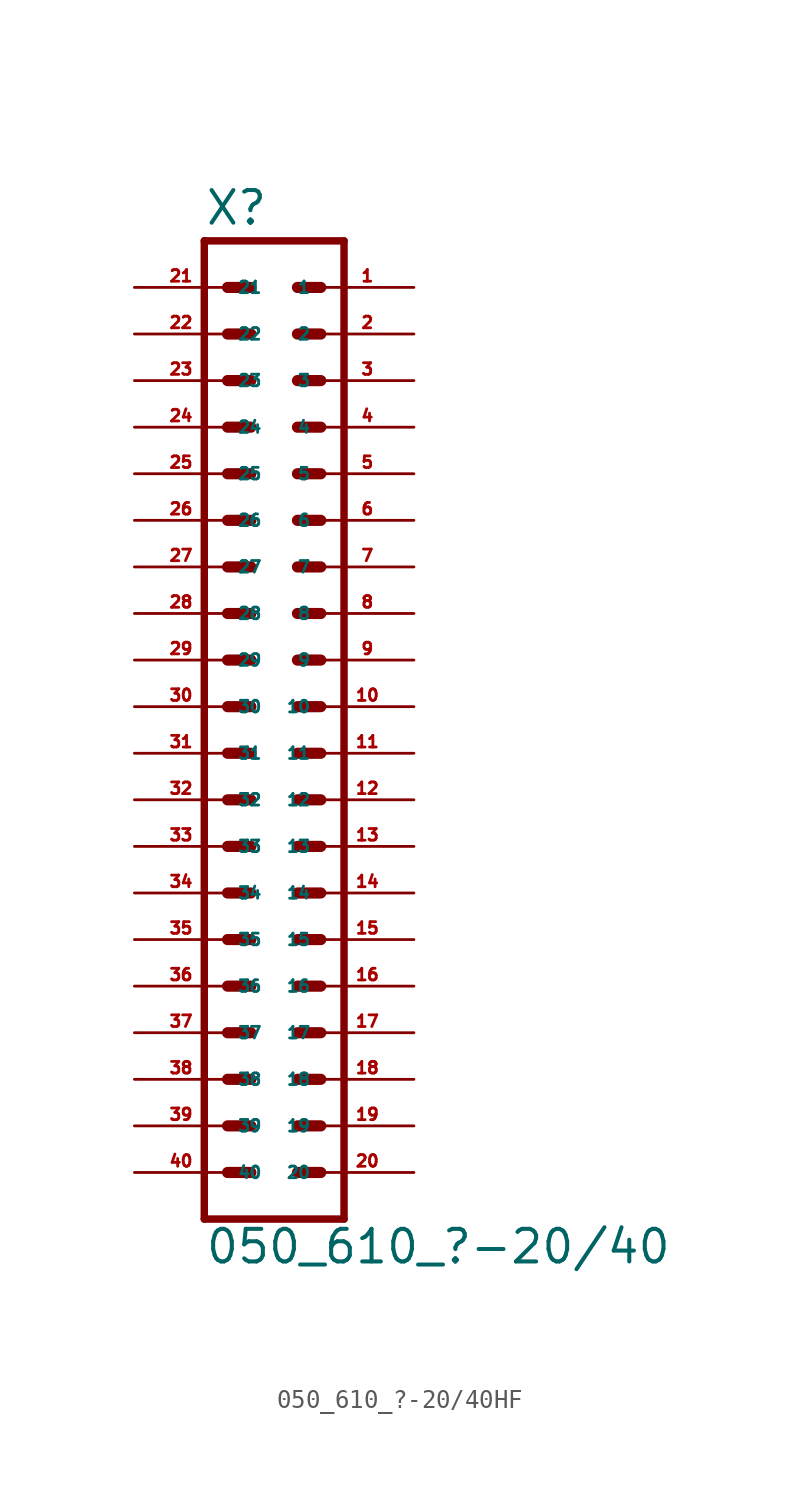
<source format=kicad_sym>
(kicad_symbol_lib
  (version 20220914)
  (generator Eagle2Kicad)
  (symbol "050_610_?-20/40HF"
    (property "Reference" "X"
      (at -3.81 26.162 0)
      (effects (font (size 1.778 1.778) (thickness 0.22)) (justify left bottom)))
    (property "Value" "050_610_?-20/40"
      (at -3.81 -30.48 0)
      (effects (font (size 1.778 1.778) (thickness 0.22)) (justify left bottom)))
    (polyline
      (pts (xy 3.81 -27.94) (xy -3.81 -27.94))
      (stroke (width 0.406) (type default))
      (fill (type none)))
    (polyline
      (pts (xy -3.81 25.4) (xy -3.81 -27.94))
      (stroke (width 0.406) (type default))
      (fill (type none)))
    (polyline
      (pts (xy 3.81 -27.94) (xy 3.81 25.4))
      (stroke (width 0.406) (type default))
      (fill (type none)))
    (polyline
      (pts (xy -3.81 25.4) (xy 3.81 25.4))
      (stroke (width 0.406) (type default))
      (fill (type none)))
    (polyline
      (pts (xy 1.27 22.86) (xy 2.54 22.86))
      (stroke (width 0.61) (type default))
      (fill (type none)))
    (polyline
      (pts (xy 1.27 20.32) (xy 2.54 20.32))
      (stroke (width 0.61) (type default))
      (fill (type none)))
    (polyline
      (pts (xy 1.27 17.78) (xy 2.54 17.78))
      (stroke (width 0.61) (type default))
      (fill (type none)))
    (polyline
      (pts (xy 1.27 15.24) (xy 2.54 15.24))
      (stroke (width 0.61) (type default))
      (fill (type none)))
    (polyline
      (pts (xy 1.27 12.7) (xy 2.54 12.7))
      (stroke (width 0.61) (type default))
      (fill (type none)))
    (polyline
      (pts (xy 1.27 10.16) (xy 2.54 10.16))
      (stroke (width 0.61) (type default))
      (fill (type none)))
    (polyline
      (pts (xy 1.27 7.62) (xy 2.54 7.62))
      (stroke (width 0.61) (type default))
      (fill (type none)))
    (polyline
      (pts (xy 1.27 5.08) (xy 2.54 5.08))
      (stroke (width 0.61) (type default))
      (fill (type none)))
    (polyline
      (pts (xy 1.27 2.54) (xy 2.54 2.54))
      (stroke (width 0.61) (type default))
      (fill (type none)))
    (polyline
      (pts (xy 1.27 0) (xy 2.54 0))
      (stroke (width 0.61) (type default))
      (fill (type none)))
    (polyline
      (pts (xy 1.27 -2.54) (xy 2.54 -2.54))
      (stroke (width 0.61) (type default))
      (fill (type none)))
    (polyline
      (pts (xy 1.27 -5.08) (xy 2.54 -5.08))
      (stroke (width 0.61) (type default))
      (fill (type none)))
    (polyline
      (pts (xy 1.27 -7.62) (xy 2.54 -7.62))
      (stroke (width 0.61) (type default))
      (fill (type none)))
    (polyline
      (pts (xy 1.27 -10.16) (xy 2.54 -10.16))
      (stroke (width 0.61) (type default))
      (fill (type none)))
    (polyline
      (pts (xy 1.27 -12.7) (xy 2.54 -12.7))
      (stroke (width 0.61) (type default))
      (fill (type none)))
    (polyline
      (pts (xy 1.27 -15.24) (xy 2.54 -15.24))
      (stroke (width 0.61) (type default))
      (fill (type none)))
    (polyline
      (pts (xy 1.27 -17.78) (xy 2.54 -17.78))
      (stroke (width 0.61) (type default))
      (fill (type none)))
    (polyline
      (pts (xy 1.27 -20.32) (xy 2.54 -20.32))
      (stroke (width 0.61) (type default))
      (fill (type none)))
    (polyline
      (pts (xy 1.27 -22.86) (xy 2.54 -22.86))
      (stroke (width 0.61) (type default))
      (fill (type none)))
    (polyline
      (pts (xy 1.27 -25.4) (xy 2.54 -25.4))
      (stroke (width 0.61) (type default))
      (fill (type none)))
    (polyline
      (pts (xy -1.27 22.86) (xy -2.54 22.86))
      (stroke (width 0.61) (type default))
      (fill (type none)))
    (polyline
      (pts (xy -1.27 20.32) (xy -2.54 20.32))
      (stroke (width 0.61) (type default))
      (fill (type none)))
    (polyline
      (pts (xy -1.27 17.78) (xy -2.54 17.78))
      (stroke (width 0.61) (type default))
      (fill (type none)))
    (polyline
      (pts (xy -1.27 15.24) (xy -2.54 15.24))
      (stroke (width 0.61) (type default))
      (fill (type none)))
    (polyline
      (pts (xy -1.27 12.7) (xy -2.54 12.7))
      (stroke (width 0.61) (type default))
      (fill (type none)))
    (polyline
      (pts (xy -1.27 10.16) (xy -2.54 10.16))
      (stroke (width 0.61) (type default))
      (fill (type none)))
    (polyline
      (pts (xy -1.27 7.62) (xy -2.54 7.62))
      (stroke (width 0.61) (type default))
      (fill (type none)))
    (polyline
      (pts (xy -1.27 5.08) (xy -2.54 5.08))
      (stroke (width 0.61) (type default))
      (fill (type none)))
    (polyline
      (pts (xy -1.27 2.54) (xy -2.54 2.54))
      (stroke (width 0.61) (type default))
      (fill (type none)))
    (polyline
      (pts (xy -1.27 0) (xy -2.54 0))
      (stroke (width 0.61) (type default))
      (fill (type none)))
    (polyline
      (pts (xy -1.27 -2.54) (xy -2.54 -2.54))
      (stroke (width 0.61) (type default))
      (fill (type none)))
    (polyline
      (pts (xy -1.27 -5.08) (xy -2.54 -5.08))
      (stroke (width 0.61) (type default))
      (fill (type none)))
    (polyline
      (pts (xy -1.27 -7.62) (xy -2.54 -7.62))
      (stroke (width 0.61) (type default))
      (fill (type none)))
    (polyline
      (pts (xy -1.27 -10.16) (xy -2.54 -10.16))
      (stroke (width 0.61) (type default))
      (fill (type none)))
    (polyline
      (pts (xy -1.27 -12.7) (xy -2.54 -12.7))
      (stroke (width 0.61) (type default))
      (fill (type none)))
    (polyline
      (pts (xy -1.27 -15.24) (xy -2.54 -15.24))
      (stroke (width 0.61) (type default))
      (fill (type none)))
    (polyline
      (pts (xy -1.27 -17.78) (xy -2.54 -17.78))
      (stroke (width 0.61) (type default))
      (fill (type none)))
    (polyline
      (pts (xy -1.27 -20.32) (xy -2.54 -20.32))
      (stroke (width 0.61) (type default))
      (fill (type none)))
    (polyline
      (pts (xy -1.27 -22.86) (xy -2.54 -22.86))
      (stroke (width 0.61) (type default))
      (fill (type none)))
    (polyline
      (pts (xy -1.27 -25.4) (xy -2.54 -25.4))
      (stroke (width 0.61) (type default))
      (fill (type none)))
    (pin passive line
      (at 7.62 22.86 180)
      (length 5.08)
      (name "1" (effects (font (size 0.635 0.635) (thickness 0.08)) (justify left bottom)))
      (number "1" (effects (font (size 0.635 0.635) (thickness 0.08)) (justify left bottom))))
    (pin passive line
      (at 7.62 20.32 180)
      (length 5.08)
      (name "2" (effects (font (size 0.635 0.635) (thickness 0.08)) (justify left bottom)))
      (number "2" (effects (font (size 0.635 0.635) (thickness 0.08)) (justify left bottom))))
    (pin passive line
      (at 7.62 17.78 180)
      (length 5.08)
      (name "3" (effects (font (size 0.635 0.635) (thickness 0.08)) (justify left bottom)))
      (number "3" (effects (font (size 0.635 0.635) (thickness 0.08)) (justify left bottom))))
    (pin passive line
      (at 7.62 15.24 180)
      (length 5.08)
      (name "4" (effects (font (size 0.635 0.635) (thickness 0.08)) (justify left bottom)))
      (number "4" (effects (font (size 0.635 0.635) (thickness 0.08)) (justify left bottom))))
    (pin passive line
      (at 7.62 12.7 180)
      (length 5.08)
      (name "5" (effects (font (size 0.635 0.635) (thickness 0.08)) (justify left bottom)))
      (number "5" (effects (font (size 0.635 0.635) (thickness 0.08)) (justify left bottom))))
    (pin passive line
      (at 7.62 10.16 180)
      (length 5.08)
      (name "6" (effects (font (size 0.635 0.635) (thickness 0.08)) (justify left bottom)))
      (number "6" (effects (font (size 0.635 0.635) (thickness 0.08)) (justify left bottom))))
    (pin passive line
      (at 7.62 7.62 180)
      (length 5.08)
      (name "7" (effects (font (size 0.635 0.635) (thickness 0.08)) (justify left bottom)))
      (number "7" (effects (font (size 0.635 0.635) (thickness 0.08)) (justify left bottom))))
    (pin passive line
      (at 7.62 5.08 180)
      (length 5.08)
      (name "8" (effects (font (size 0.635 0.635) (thickness 0.08)) (justify left bottom)))
      (number "8" (effects (font (size 0.635 0.635) (thickness 0.08)) (justify left bottom))))
    (pin passive line
      (at 7.62 2.54 180)
      (length 5.08)
      (name "9" (effects (font (size 0.635 0.635) (thickness 0.08)) (justify left bottom)))
      (number "9" (effects (font (size 0.635 0.635) (thickness 0.08)) (justify left bottom))))
    (pin passive line
      (at 7.62 0 180)
      (length 5.08)
      (name "10" (effects (font (size 0.635 0.635) (thickness 0.08)) (justify left bottom)))
      (number "10" (effects (font (size 0.635 0.635) (thickness 0.08)) (justify left bottom))))
    (pin passive line
      (at 7.62 -2.54 180)
      (length 5.08)
      (name "11" (effects (font (size 0.635 0.635) (thickness 0.08)) (justify left bottom)))
      (number "11" (effects (font (size 0.635 0.635) (thickness 0.08)) (justify left bottom))))
    (pin passive line
      (at 7.62 -5.08 180)
      (length 5.08)
      (name "12" (effects (font (size 0.635 0.635) (thickness 0.08)) (justify left bottom)))
      (number "12" (effects (font (size 0.635 0.635) (thickness 0.08)) (justify left bottom))))
    (pin passive line
      (at 7.62 -7.62 180)
      (length 5.08)
      (name "13" (effects (font (size 0.635 0.635) (thickness 0.08)) (justify left bottom)))
      (number "13" (effects (font (size 0.635 0.635) (thickness 0.08)) (justify left bottom))))
    (pin passive line
      (at 7.62 -10.16 180)
      (length 5.08)
      (name "14" (effects (font (size 0.635 0.635) (thickness 0.08)) (justify left bottom)))
      (number "14" (effects (font (size 0.635 0.635) (thickness 0.08)) (justify left bottom))))
    (pin passive line
      (at 7.62 -12.7 180)
      (length 5.08)
      (name "15" (effects (font (size 0.635 0.635) (thickness 0.08)) (justify left bottom)))
      (number "15" (effects (font (size 0.635 0.635) (thickness 0.08)) (justify left bottom))))
    (pin passive line
      (at 7.62 -15.24 180)
      (length 5.08)
      (name "16" (effects (font (size 0.635 0.635) (thickness 0.08)) (justify left bottom)))
      (number "16" (effects (font (size 0.635 0.635) (thickness 0.08)) (justify left bottom))))
    (pin passive line
      (at 7.62 -17.78 180)
      (length 5.08)
      (name "17" (effects (font (size 0.635 0.635) (thickness 0.08)) (justify left bottom)))
      (number "17" (effects (font (size 0.635 0.635) (thickness 0.08)) (justify left bottom))))
    (pin passive line
      (at 7.62 -20.32 180)
      (length 5.08)
      (name "18" (effects (font (size 0.635 0.635) (thickness 0.08)) (justify left bottom)))
      (number "18" (effects (font (size 0.635 0.635) (thickness 0.08)) (justify left bottom))))
    (pin passive line
      (at 7.62 -22.86 180)
      (length 5.08)
      (name "19" (effects (font (size 0.635 0.635) (thickness 0.08)) (justify left bottom)))
      (number "19" (effects (font (size 0.635 0.635) (thickness 0.08)) (justify left bottom))))
    (pin passive line
      (at 7.62 -25.4 180)
      (length 5.08)
      (name "20" (effects (font (size 0.635 0.635) (thickness 0.08)) (justify left bottom)))
      (number "20" (effects (font (size 0.635 0.635) (thickness 0.08)) (justify left bottom))))
    (pin passive line
      (at -7.62 22.86 0)
      (length 5.08)
      (name "21" (effects (font (size 0.635 0.635) (thickness 0.08)) (justify left bottom)))
      (number "21" (effects (font (size 0.635 0.635) (thickness 0.08)) (justify left bottom))))
    (pin passive line
      (at -7.62 20.32 0)
      (length 5.08)
      (name "22" (effects (font (size 0.635 0.635) (thickness 0.08)) (justify left bottom)))
      (number "22" (effects (font (size 0.635 0.635) (thickness 0.08)) (justify left bottom))))
    (pin passive line
      (at -7.62 17.78 0)
      (length 5.08)
      (name "23" (effects (font (size 0.635 0.635) (thickness 0.08)) (justify left bottom)))
      (number "23" (effects (font (size 0.635 0.635) (thickness 0.08)) (justify left bottom))))
    (pin passive line
      (at -7.62 15.24 0)
      (length 5.08)
      (name "24" (effects (font (size 0.635 0.635) (thickness 0.08)) (justify left bottom)))
      (number "24" (effects (font (size 0.635 0.635) (thickness 0.08)) (justify left bottom))))
    (pin passive line
      (at -7.62 12.7 0)
      (length 5.08)
      (name "25" (effects (font (size 0.635 0.635) (thickness 0.08)) (justify left bottom)))
      (number "25" (effects (font (size 0.635 0.635) (thickness 0.08)) (justify left bottom))))
    (pin passive line
      (at -7.62 10.16 0)
      (length 5.08)
      (name "26" (effects (font (size 0.635 0.635) (thickness 0.08)) (justify left bottom)))
      (number "26" (effects (font (size 0.635 0.635) (thickness 0.08)) (justify left bottom))))
    (pin passive line
      (at -7.62 7.62 0)
      (length 5.08)
      (name "27" (effects (font (size 0.635 0.635) (thickness 0.08)) (justify left bottom)))
      (number "27" (effects (font (size 0.635 0.635) (thickness 0.08)) (justify left bottom))))
    (pin passive line
      (at -7.62 5.08 0)
      (length 5.08)
      (name "28" (effects (font (size 0.635 0.635) (thickness 0.08)) (justify left bottom)))
      (number "28" (effects (font (size 0.635 0.635) (thickness 0.08)) (justify left bottom))))
    (pin passive line
      (at -7.62 2.54 0)
      (length 5.08)
      (name "29" (effects (font (size 0.635 0.635) (thickness 0.08)) (justify left bottom)))
      (number "29" (effects (font (size 0.635 0.635) (thickness 0.08)) (justify left bottom))))
    (pin passive line
      (at -7.62 0 0)
      (length 5.08)
      (name "30" (effects (font (size 0.635 0.635) (thickness 0.08)) (justify left bottom)))
      (number "30" (effects (font (size 0.635 0.635) (thickness 0.08)) (justify left bottom))))
    (pin passive line
      (at -7.62 -2.54 0)
      (length 5.08)
      (name "31" (effects (font (size 0.635 0.635) (thickness 0.08)) (justify left bottom)))
      (number "31" (effects (font (size 0.635 0.635) (thickness 0.08)) (justify left bottom))))
    (pin passive line
      (at -7.62 -5.08 0)
      (length 5.08)
      (name "32" (effects (font (size 0.635 0.635) (thickness 0.08)) (justify left bottom)))
      (number "32" (effects (font (size 0.635 0.635) (thickness 0.08)) (justify left bottom))))
    (pin passive line
      (at -7.62 -7.62 0)
      (length 5.08)
      (name "33" (effects (font (size 0.635 0.635) (thickness 0.08)) (justify left bottom)))
      (number "33" (effects (font (size 0.635 0.635) (thickness 0.08)) (justify left bottom))))
    (pin passive line
      (at -7.62 -10.16 0)
      (length 5.08)
      (name "34" (effects (font (size 0.635 0.635) (thickness 0.08)) (justify left bottom)))
      (number "34" (effects (font (size 0.635 0.635) (thickness 0.08)) (justify left bottom))))
    (pin passive line
      (at -7.62 -12.7 0)
      (length 5.08)
      (name "35" (effects (font (size 0.635 0.635) (thickness 0.08)) (justify left bottom)))
      (number "35" (effects (font (size 0.635 0.635) (thickness 0.08)) (justify left bottom))))
    (pin passive line
      (at -7.62 -15.24 0)
      (length 5.08)
      (name "36" (effects (font (size 0.635 0.635) (thickness 0.08)) (justify left bottom)))
      (number "36" (effects (font (size 0.635 0.635) (thickness 0.08)) (justify left bottom))))
    (pin passive line
      (at -7.62 -17.78 0)
      (length 5.08)
      (name "37" (effects (font (size 0.635 0.635) (thickness 0.08)) (justify left bottom)))
      (number "37" (effects (font (size 0.635 0.635) (thickness 0.08)) (justify left bottom))))
    (pin passive line
      (at -7.62 -20.32 0)
      (length 5.08)
      (name "38" (effects (font (size 0.635 0.635) (thickness 0.08)) (justify left bottom)))
      (number "38" (effects (font (size 0.635 0.635) (thickness 0.08)) (justify left bottom))))
    (pin passive line
      (at -7.62 -22.86 0)
      (length 5.08)
      (name "39" (effects (font (size 0.635 0.635) (thickness 0.08)) (justify left bottom)))
      (number "39" (effects (font (size 0.635 0.635) (thickness 0.08)) (justify left bottom))))
    (pin passive line
      (at -7.62 -25.4 0)
      (length 5.08)
      (name "40" (effects (font (size 0.635 0.635) (thickness 0.08)) (justify left bottom)))
      (number "40" (effects (font (size 0.635 0.635) (thickness 0.08)) (justify left bottom))))))
</source>
